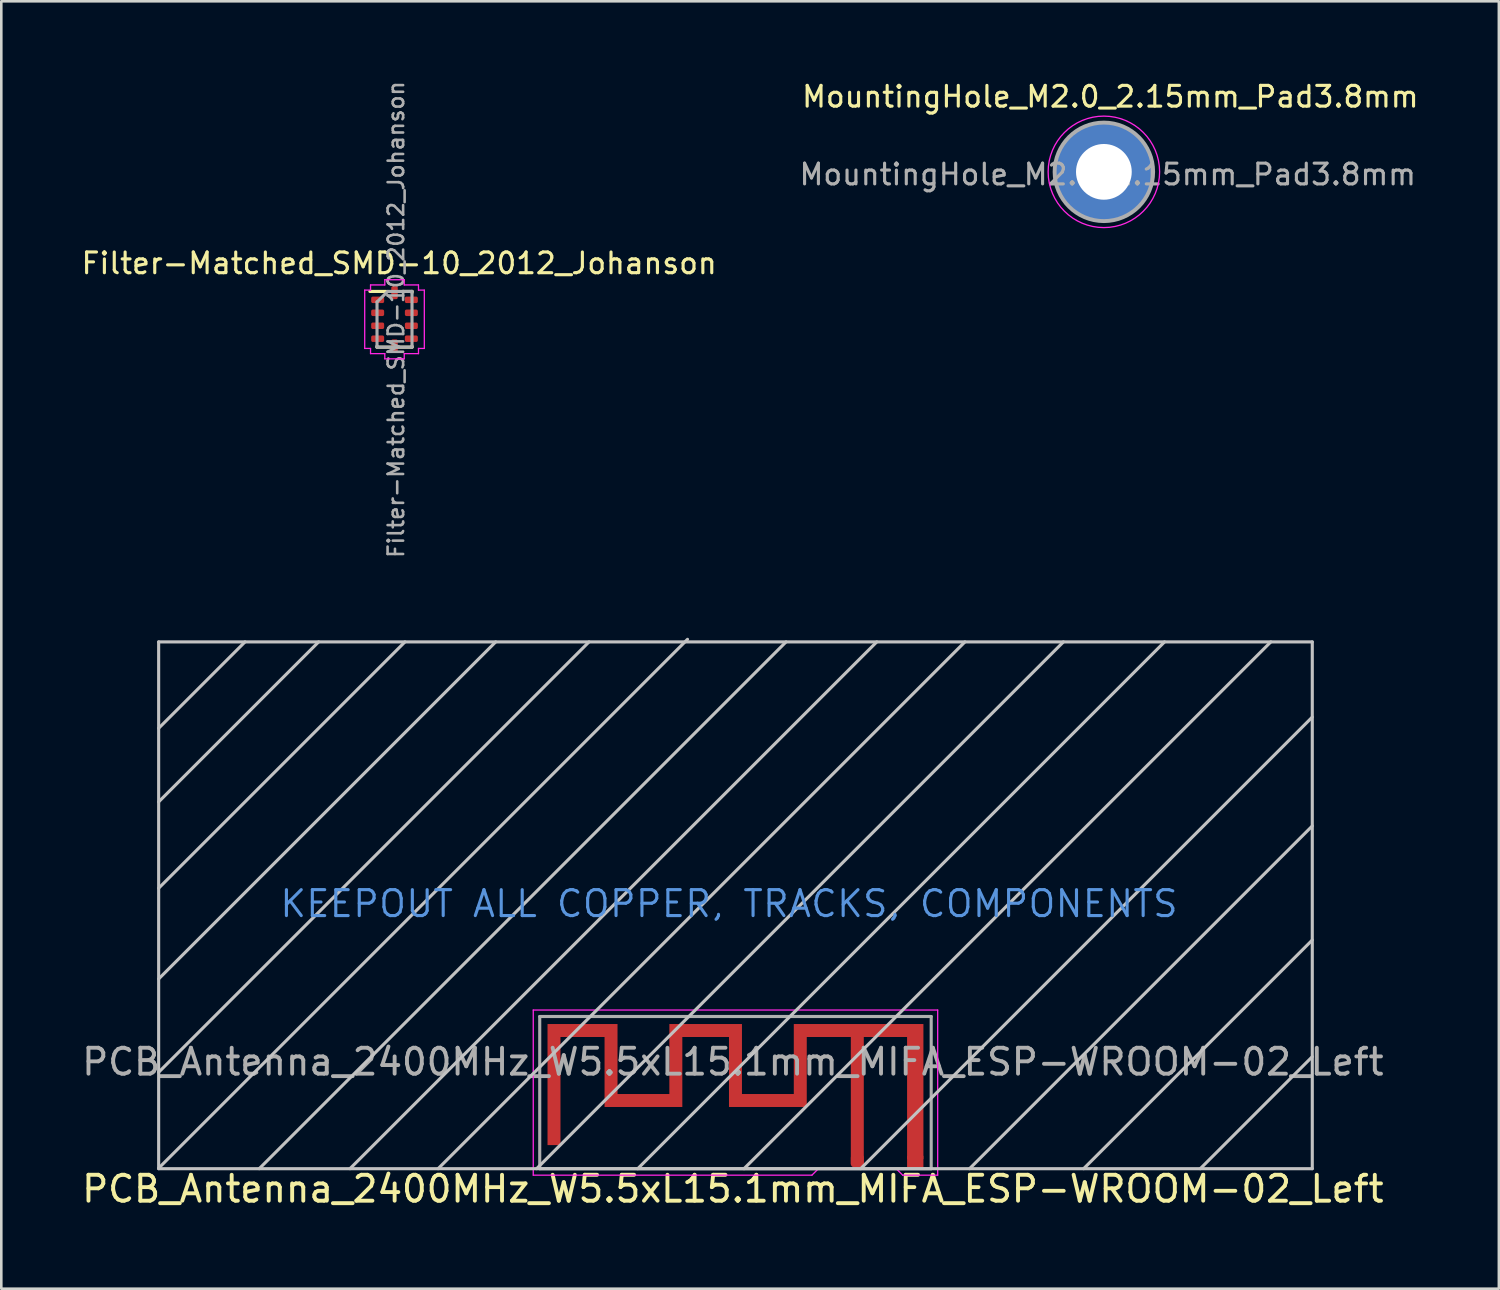
<source format=kicad_pcb>
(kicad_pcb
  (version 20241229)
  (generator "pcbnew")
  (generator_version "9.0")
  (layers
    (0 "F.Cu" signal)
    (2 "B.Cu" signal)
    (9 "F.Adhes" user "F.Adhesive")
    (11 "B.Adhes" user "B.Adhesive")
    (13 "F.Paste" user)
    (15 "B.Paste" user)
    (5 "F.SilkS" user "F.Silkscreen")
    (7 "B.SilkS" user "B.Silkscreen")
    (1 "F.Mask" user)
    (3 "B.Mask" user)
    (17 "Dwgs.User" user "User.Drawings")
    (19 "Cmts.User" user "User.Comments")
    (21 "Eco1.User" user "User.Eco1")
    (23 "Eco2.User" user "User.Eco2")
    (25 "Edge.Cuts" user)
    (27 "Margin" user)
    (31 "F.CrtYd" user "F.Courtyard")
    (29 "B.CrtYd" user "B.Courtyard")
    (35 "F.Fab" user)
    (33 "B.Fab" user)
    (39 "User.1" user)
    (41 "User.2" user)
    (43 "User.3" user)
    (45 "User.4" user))
  (footprint "PCB_Antenna_2400MHz_W5.5xL15.1mm_MIFA_ESP-WROOM-02_Left"
    (layer "F.Cu")
    (at 30.02 41.611)
    (property "Reference" "PCB_Antenna_2400MHz_W5.5xL15.1mm_MIFA_ESP-WROOM-02_Left" (at -4.8 1.2 0) (unlocked yes) (layer "F.SilkS") (effects (font (size 1 1) (thickness 0.15))))
    (attr exclude_from_pos_files exclude_from_bom)
    (fp_poly (pts (xy -2.45 -2.46) (xy -4.45 -2.46) (xy -4.45 -5.16) (xy -7.25 -5.16) (xy -7.25 -2.46) (xy -9.25 -2.46) (xy -9.25 -5.16) (xy -11.95 -5.16) (xy -11.95 -0.49) (xy -11.45 -0.49) (xy -11.45 -4.66) (xy -9.75 -4.66) (xy -9.75 -1.96) (xy -6.75 -1.96) (xy -6.75 -4.66) (xy -4.95 -4.66) (xy -4.95 -1.96) (xy -1.95 -1.96) (xy -1.95 -4.66) (xy -0.25 -4.66) (xy -0.25 0.25) (xy 0.25 0.25) (xy 0.25 -4.66) (xy 1.92 -4.66) (xy 1.92 0.05) (xy 2.55 0.05) (xy 2.55 -5.16) (xy -2.45 -5.16) (xy -2.45 -2.52)) (stroke (width 0) (type solid)) (fill yes) (layer "F.Cu"))
    (fp_line (start -26.95 -19.9) (end -26.95 0.42) (stroke (width 0.12) (type solid)) (layer "Dwgs.User"))
    (fp_line (start -26.95 -16.57) (end -23.62 -19.9) (stroke (width 0.12) (type solid)) (layer "Dwgs.User"))
    (fp_line (start -26.95 -13.73) (end -20.78 -19.9) (stroke (width 0.12) (type solid)) (layer "Dwgs.User"))
    (fp_line (start -26.95 -10.4) (end -17.45 -19.9) (stroke (width 0.12) (type solid)) (layer "Dwgs.User"))
    (fp_line (start -26.95 -6.9) (end -13.95 -19.9) (stroke (width 0.12) (type solid)) (layer "Dwgs.User"))
    (fp_line (start -26.95 -3.3) (end -10.35 -19.9) (stroke (width 0.12) (type solid)) (layer "Dwgs.User"))
    (fp_line (start -26.95 0.4) (end -6.55 -20) (stroke (width 0.12) (type solid)) (layer "Dwgs.User"))
    (fp_line (start -26.95 0.42) (end 17.55 0.42) (stroke (width 0.12) (type solid)) (layer "Dwgs.User"))
    (fp_line (start -23.07 0.42) (end -2.75 -19.9) (stroke (width 0.12) (type solid)) (layer "Dwgs.User"))
    (fp_line (start -19.57 0.42) (end 0.75 -19.9) (stroke (width 0.12) (type solid)) (layer "Dwgs.User"))
    (fp_line (start -12.37 0.42) (end 7.95 -19.9) (stroke (width 0.12) (type solid)) (layer "Dwgs.User"))
    (fp_line (start -8.47 0.42) (end 11.85 -19.9) (stroke (width 0.12) (type solid)) (layer "Dwgs.User"))
    (fp_line (start -4.37 0.42) (end 15.95 -19.9) (stroke (width 0.12) (type solid)) (layer "Dwgs.User"))
    (fp_line (start 0.13 0.42) (end 17.55 -17) (stroke (width 0.12) (type solid)) (layer "Dwgs.User"))
    (fp_line (start 4.15 -19.9) (end -16.17 0.42) (stroke (width 0.12) (type solid)) (layer "Dwgs.User"))
    (fp_line (start 4.33 0.42) (end 17.55 -12.8) (stroke (width 0.12) (type solid)) (layer "Dwgs.User"))
    (fp_line (start 8.73 0.42) (end 17.55 -8.4) (stroke (width 0.12) (type solid)) (layer "Dwgs.User"))
    (fp_line (start 13.23 0.42) (end 17.55 -3.9) (stroke (width 0.12) (type solid)) (layer "Dwgs.User"))
    (fp_line (start 17.55 -19.9) (end -26.95 -19.9) (stroke (width 0.12) (type solid)) (layer "Dwgs.User"))
    (fp_line (start 17.55 0.42) (end 17.55 -19.9) (stroke (width 0.12) (type solid)) (layer "Dwgs.User"))
    (fp_line (start -12.5 -5.7) (end -12.5 0.67) (stroke (width 0.05) (type solid)) (layer "F.CrtYd"))
    (fp_line (start -12.5 0.67) (end -1.75 0.67) (stroke (width 0.05) (type solid)) (layer "F.CrtYd"))
    (fp_line (start -1.5 0.42) (end -1.75 0.67) (stroke (width 0.05) (type solid)) (layer "F.CrtYd"))
    (fp_line (start 1.5 0.42) (end -1.5 0.42) (stroke (width 0.05) (type solid)) (layer "F.CrtYd"))
    (fp_line (start 1.5 0.42) (end 1.75 0.67) (stroke (width 0.05) (type solid)) (layer "F.CrtYd"))
    (fp_line (start 1.75 0.67) (end 3.1 0.67) (stroke (width 0.05) (type solid)) (layer "F.CrtYd"))
    (fp_line (start 3.1 -5.7) (end -12.5 -5.7) (stroke (width 0.05) (type solid)) (layer "F.CrtYd"))
    (fp_line (start 3.1 0.67) (end 3.1 -5.7) (stroke (width 0.05) (type solid)) (layer "F.CrtYd"))
    (fp_line (start -12.25 -5.45) (end 2.85 -5.45) (stroke (width 0.12) (type solid)) (layer "F.Fab"))
    (fp_line (start -12.25 0.42) (end -12.25 -5.45) (stroke (width 0.12) (type solid)) (layer "F.Fab"))
    (fp_line (start 2.85 -5.45) (end 2.85 0.42) (stroke (width 0.12) (type solid)) (layer "F.Fab"))
    (fp_line (start 2.85 0.42) (end -12.25 0.42) (stroke (width 0.12) (type solid)) (layer "F.Fab"))
    (fp_text user "KEEPOUT ALL COPPER, TRACKS, COMPONENTS" (at -4.95 -9.8 0) (layer "Cmts.User") (effects (font (size 1 1) (thickness 0.12))))
    (fp_text user "${REFERENCE}" (at -4.8 -3.7 0) (layer "F.Fab") (effects (font (size 1 1) (thickness 0.15))))
    (pad "1" connect roundrect (at 0 0.115) (size 0.5 0.5) (layers "F.Cu") (roundrect_rratio 0.25))
    (pad "2" smd rect (at 2.235 0.175) (size 0.63 0.5) (layers "F.Cu")))
  (footprint "MountingHole_M2.0_2.15mm_Pad3.8mm"
    (layer "F.Cu")
    (at 39.531 3.579)
    (property "Reference" "MountingHole_M2.0_2.15mm_Pad3.8mm" (at 0.25 -2.9 0) (layer "F.SilkS") (effects (font (size 0.8 0.8) (thickness 0.12))))
    (attr exclude_from_pos_files exclude_from_bom)
    (fp_circle (center 0 0) (end 2.15 0) (stroke (width 0.05) (type solid)) (fill no) (layer "F.CrtYd"))
    (fp_circle (center 0 0) (end 1.9 0) (stroke (width 0.15) (type solid)) (fill no) (layer "F.Fab"))
    (fp_text user "${REFERENCE}" (at 0.15 0.1 0) (layer "F.Fab") (effects (font (size 0.8 0.8) (thickness 0.12))))
    (pad "1" thru_hole circle (at 0 0) (size 3.8 3.8) (drill 2.15) (layers "*.Cu" "*.Mask")))
  (footprint "Filter-Matched_SMD-10_2012_Johanson"
    (layer "F.Cu")
    (at 12.168 9.266)
    (property "Reference" "Filter-Matched_SMD-10_2012_Johanson" (at 0.18 -2.16 0) (layer "F.SilkS") (effects (font (size 0.8 0.8) (thickness 0.12))))
    (attr smd)
    (fp_line (start -0.95 -1.075) (end -0.32 -1.075) (stroke (width 0.12) (type solid)) (layer "F.SilkS"))
    (fp_line (start -0.675 1.075) (end -0.675 1.03) (stroke (width 0.12) (type solid)) (layer "F.SilkS"))
    (fp_line (start 0.32 -1.075) (end 0.675 -1.075) (stroke (width 0.12) (type solid)) (layer "F.SilkS"))
    (fp_line (start 0.675 -1.03) (end 0.675 -1.075) (stroke (width 0.12) (type solid)) (layer "F.SilkS"))
    (fp_line (start 0.675 1.075) (end -0.675 1.075) (stroke (width 0.12) (type solid)) (layer "F.SilkS"))
    (fp_line (start 0.675 1.075) (end 0.675 1.03) (stroke (width 0.12) (type solid)) (layer "F.SilkS"))
    (fp_line (start -1.15 1.125) (end -1.15 -1.125) (stroke (width 0.05) (type solid)) (layer "F.CrtYd"))
    (fp_line (start -0.925 -1.325) (end -0.375 -1.325) (stroke (width 0.05) (type solid)) (layer "F.CrtYd"))
    (fp_line (start -0.925 -1.125) (end -1.15 -1.125) (stroke (width 0.05) (type solid)) (layer "F.CrtYd"))
    (fp_line (start -0.925 -1.125) (end -0.925 -1.325) (stroke (width 0.05) (type solid)) (layer "F.CrtYd"))
    (fp_line (start -0.925 1.125) (end -1.15 1.125) (stroke (width 0.05) (type solid)) (layer "F.CrtYd"))
    (fp_line (start -0.925 1.125) (end -0.925 1.325) (stroke (width 0.05) (type solid)) (layer "F.CrtYd"))
    (fp_line (start -0.375 -1.525) (end 0.375 -1.525) (stroke (width 0.05) (type solid)) (layer "F.CrtYd"))
    (fp_line (start -0.375 -1.325) (end -0.375 -1.525) (stroke (width 0.05) (type solid)) (layer "F.CrtYd"))
    (fp_line (start -0.375 1.325) (end -0.925 1.325) (stroke (width 0.05) (type solid)) (layer "F.CrtYd"))
    (fp_line (start -0.375 1.325) (end -0.375 1.525) (stroke (width 0.05) (type solid)) (layer "F.CrtYd"))
    (fp_line (start 0.375 -1.325) (end 0.375 -1.525) (stroke (width 0.05) (type solid)) (layer "F.CrtYd"))
    (fp_line (start 0.375 -1.325) (end 0.925 -1.325) (stroke (width 0.05) (type solid)) (layer "F.CrtYd"))
    (fp_line (start 0.375 1.325) (end 0.375 1.525) (stroke (width 0.05) (type solid)) (layer "F.CrtYd"))
    (fp_line (start 0.375 1.525) (end -0.375 1.525) (stroke (width 0.05) (type solid)) (layer "F.CrtYd"))
    (fp_line (start 0.925 -1.125) (end 0.925 -1.325) (stroke (width 0.05) (type solid)) (layer "F.CrtYd"))
    (fp_line (start 0.925 -1.125) (end 1.15 -1.125) (stroke (width 0.05) (type solid)) (layer "F.CrtYd"))
    (fp_line (start 0.925 1.125) (end 0.925 1.325) (stroke (width 0.05) (type solid)) (layer "F.CrtYd"))
    (fp_line (start 0.925 1.125) (end 1.15 1.125) (stroke (width 0.05) (type solid)) (layer "F.CrtYd"))
    (fp_line (start 0.925 1.325) (end 0.375 1.325) (stroke (width 0.05) (type solid)) (layer "F.CrtYd"))
    (fp_line (start 1.15 -1.125) (end 1.15 1.125) (stroke (width 0.05) (type solid)) (layer "F.CrtYd"))
    (fp_line (start -0.675 -0.67) (end -0.26 -1.075) (stroke (width 0.12) (type solid)) (layer "F.Fab"))
    (fp_line (start -0.675 1.075) (end -0.675 -0.67) (stroke (width 0.12) (type solid)) (layer "F.Fab"))
    (fp_line (start -0.26 -1.075) (end 0.675 -1.075) (stroke (width 0.12) (type solid)) (layer "F.Fab"))
    (fp_line (start 0.675 -1.075) (end 0.675 1.075) (stroke (width 0.12) (type solid)) (layer "F.Fab"))
    (fp_line (start 0.675 1.075) (end -0.675 1.075) (stroke (width 0.12) (type solid)) (layer "F.Fab"))
    (fp_text user "${REFERENCE}" (at 0.06 0.01 270) (layer "F.Fab") (effects (font (size 0.6 0.6) (thickness 0.1))))
    (pad "1" smd roundrect (at -0.65 -0.75) (size 0.5 0.25) (layers "F.Cu" "F.Mask" "F.Paste") (roundrect_rratio 0.25))
    (pad "2" smd roundrect (at -0.65 -0.25) (size 0.5 0.25) (layers "F.Cu" "F.Mask" "F.Paste") (roundrect_rratio 0.25))
    (pad "3" smd roundrect (at -0.65 0.25) (size 0.5 0.25) (layers "F.Cu" "F.Mask" "F.Paste") (roundrect_rratio 0.25))
    (pad "4" smd roundrect (at -0.65 0.75) (size 0.5 0.25) (layers "F.Cu" "F.Mask" "F.Paste") (roundrect_rratio 0.25))
    (pad "5" smd roundrect (at 0 1.025 90) (size 0.5 0.25) (layers "F.Cu" "F.Mask" "F.Paste") (roundrect_rratio 0.25))
    (pad "6" smd roundrect (at 0.65 0.75 180) (size 0.5 0.25) (layers "F.Cu" "F.Mask" "F.Paste") (roundrect_rratio 0.25))
    (pad "7" smd roundrect (at 0.65 0.25 180) (size 0.5 0.25) (layers "F.Cu" "F.Mask" "F.Paste") (roundrect_rratio 0.25))
    (pad "8" smd roundrect (at 0.65 -0.25 180) (size 0.5 0.25) (layers "F.Cu" "F.Mask" "F.Paste") (roundrect_rratio 0.25))
    (pad "9" smd roundrect (at 0.65 -0.75 180) (size 0.5 0.25) (layers "F.Cu" "F.Mask" "F.Paste") (roundrect_rratio 0.25))
    (pad "10" smd roundrect (at 0 -1.025 270) (size 0.5 0.25) (layers "F.Cu" "F.Mask" "F.Paste") (roundrect_rratio 0.25)))
  (gr_rect
    (start -3 -3)
    (end 54.767 46.66)
    (stroke (width 0.1) (type default))
    (fill no)
    (layer "Edge.Cuts")))
</source>
